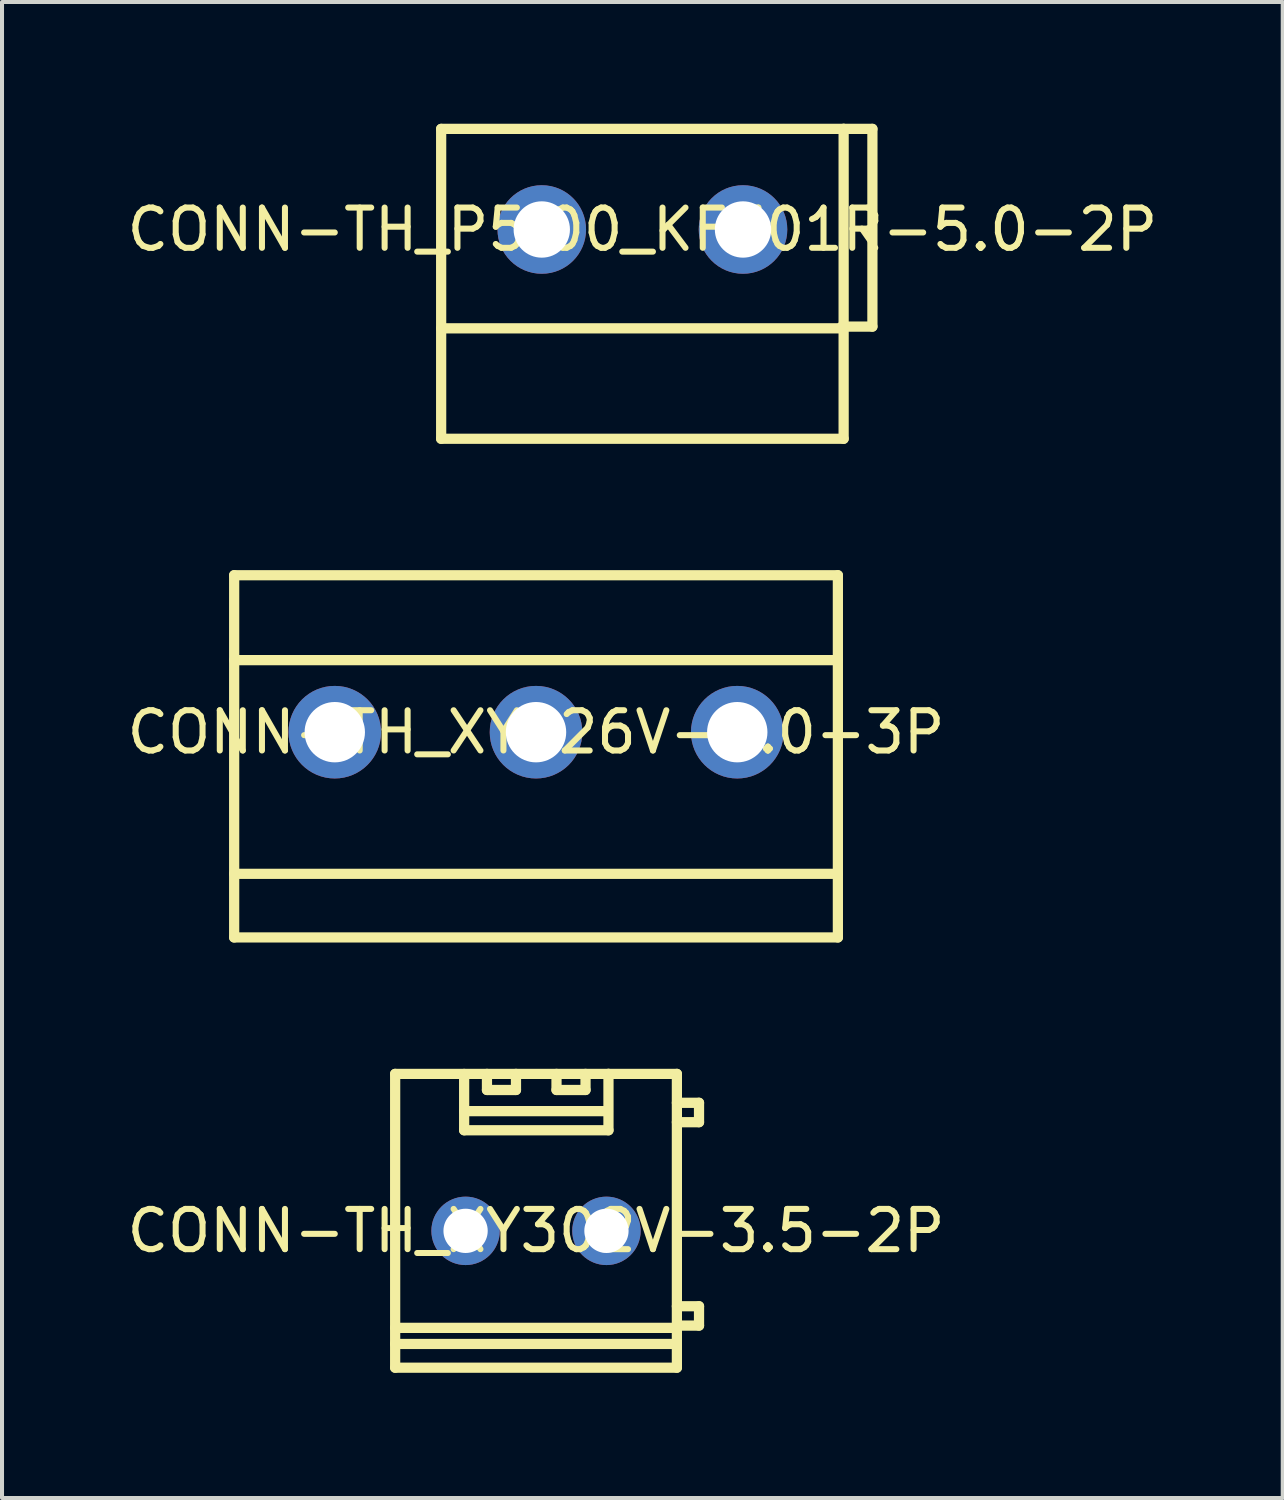
<source format=kicad_pcb>
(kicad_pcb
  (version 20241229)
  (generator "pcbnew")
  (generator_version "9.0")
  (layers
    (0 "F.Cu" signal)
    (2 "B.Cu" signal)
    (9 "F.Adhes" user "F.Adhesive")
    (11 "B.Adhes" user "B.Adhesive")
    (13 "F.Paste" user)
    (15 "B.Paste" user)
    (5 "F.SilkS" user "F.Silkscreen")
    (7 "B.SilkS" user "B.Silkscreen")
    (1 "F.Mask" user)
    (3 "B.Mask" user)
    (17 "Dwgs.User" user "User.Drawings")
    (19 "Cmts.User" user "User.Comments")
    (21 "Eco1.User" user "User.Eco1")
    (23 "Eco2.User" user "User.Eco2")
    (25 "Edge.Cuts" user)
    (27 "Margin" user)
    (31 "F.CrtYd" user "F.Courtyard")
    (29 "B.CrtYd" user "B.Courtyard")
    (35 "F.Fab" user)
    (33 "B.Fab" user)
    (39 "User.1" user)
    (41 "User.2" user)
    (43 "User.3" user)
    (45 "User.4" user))
  (footprint "CONN-TH_XY302V-3.5-2P"
    (layer "F.Cu")
    (at 10.268 27.532)
    (property "Reference" "CONN-TH_XY302V-3.5-2P" (at 0 0 0) (layer "F.SilkS") (effects (font (size 1 1) (thickness 0.15))))
    (fp_line (start -3.5 -3.9) (end -3.5 3.4) (stroke (width 0.254) (type default)) (layer "F.SilkS"))
    (fp_line (start -3.5 -3.9) (end 3.5 -3.9) (stroke (width 0.254) (type default)) (layer "F.SilkS"))
    (fp_line (start -3.5 2.41) (end 3.5 2.41) (stroke (width 0.254) (type default)) (layer "F.SilkS"))
    (fp_line (start -3.5 2.81) (end 3.5 2.81) (stroke (width 0.254) (type default)) (layer "F.SilkS"))
    (fp_line (start -3.5 3.4) (end 3.5 3.4) (stroke (width 0.254) (type default)) (layer "F.SilkS"))
    (fp_line (start -1.786 -2.975) (end 1.787 -2.975) (stroke (width 0.254) (type default)) (layer "F.SilkS"))
    (fp_line (start -1.786 -3.899) (end -1.786 -2.499) (stroke (width 0.254) (type default)) (layer "F.SilkS"))
    (fp_line (start -1.786 -2.499) (end 1.8 -2.499) (stroke (width 0.254) (type default)) (layer "F.SilkS"))
    (fp_line (start -1.219 -3.9) (end -1.219 -3.5) (stroke (width 0.254) (type default)) (layer "F.SilkS"))
    (fp_line (start -1.219 -3.5) (end -0.498 -3.5) (stroke (width 0.254) (type default)) (layer "F.SilkS"))
    (fp_line (start -0.498 -3.5) (end -0.498 -3.9) (stroke (width 0.254) (type default)) (layer "F.SilkS"))
    (fp_line (start 0.509 -3.9) (end 0.509 -3.5) (stroke (width 0.254) (type default)) (layer "F.SilkS"))
    (fp_line (start 0.509 -3.5) (end 1.23 -3.5) (stroke (width 0.254) (type default)) (layer "F.SilkS"))
    (fp_line (start 1.23 -3.5) (end 1.23 -3.9) (stroke (width 0.254) (type default)) (layer "F.SilkS"))
    (fp_line (start 1.8 -3.899) (end 1.8 -3.9) (stroke (width 0.254) (type default)) (layer "F.SilkS"))
    (fp_line (start 1.8 -2.499) (end 1.8 -3.899) (stroke (width 0.254) (type default)) (layer "F.SilkS"))
    (fp_line (start 3.5 -3.9) (end 3.5 3.4) (stroke (width 0.254) (type default)) (layer "F.SilkS"))
    (fp_line (start 3.5 -3.182) (end 4.05 -3.182) (stroke (width 0.254) (type default)) (layer "F.SilkS"))
    (fp_line (start 3.5 1.873) (end 4.05 1.873) (stroke (width 0.254) (type default)) (layer "F.SilkS"))
    (fp_line (start 4.05 -3.182) (end 4.05 -2.7) (stroke (width 0.254) (type default)) (layer "F.SilkS"))
    (fp_line (start 4.05 -2.7) (end 3.5 -2.7) (stroke (width 0.254) (type default)) (layer "F.SilkS"))
    (fp_line (start 4.05 1.873) (end 4.05 2.354) (stroke (width 0.254) (type default)) (layer "F.SilkS"))
    (fp_line (start 4.05 2.354) (end 3.5 2.354) (stroke (width 0.254) (type default)) (layer "F.SilkS"))
    (fp_poly (pts (xy -1.3 0) (xy -1.318 -0.127) (xy -1.371 -0.243) (xy -1.455 -0.34) (xy -1.563 -0.409) (xy -1.686 -0.445) (xy -1.814 -0.445) (xy -1.937 -0.409) (xy -2.045 -0.34) (xy -2.129 -0.243) (xy -2.182 -0.127) (xy -2.2 0) (xy -2.182 0.127) (xy -2.129 0.243) (xy -2.045 0.34) (xy -1.937 0.409) (xy -1.814 0.445) (xy -1.686 0.445) (xy -1.563 0.409) (xy -1.455 0.34) (xy -1.371 0.243) (xy -1.318 0.127)) (stroke (width 0.1) (type default)) (fill no) (layer "User.1"))
    (fp_poly (pts (xy 2.2 0) (xy 2.182 -0.127) (xy 2.129 -0.243) (xy 2.045 -0.34) (xy 1.937 -0.409) (xy 1.814 -0.445) (xy 1.686 -0.445) (xy 1.563 -0.409) (xy 1.455 -0.34) (xy 1.371 -0.243) (xy 1.318 -0.127) (xy 1.3 0) (xy 1.318 0.127) (xy 1.371 0.243) (xy 1.455 0.34) (xy 1.563 0.409) (xy 1.686 0.445) (xy 1.814 0.445) (xy 1.937 0.409) (xy 2.045 0.34) (xy 2.129 0.243) (xy 2.182 0.127)) (stroke (width 0.1) (type default)) (fill no) (layer "User.1"))
    (fp_line (start -3.627 -4.027) (end 4.177 -4.027) (stroke (width 0.051) (type default)) (layer "User.2"))
    (fp_line (start -3.627 3.527) (end -3.627 -4.027) (stroke (width 0.051) (type default)) (layer "User.2"))
    (fp_line (start 4.177 -4.027) (end 4.177 3.527) (stroke (width 0.051) (type default)) (layer "User.2"))
    (fp_line (start 4.177 3.527) (end -3.627 3.527) (stroke (width 0.051) (type default)) (layer "User.2"))
    (fp_poly (pts (xy -3.567 3.527) (xy -3.585 3.485) (xy -3.627 3.467) (xy -3.669 3.485) (xy -3.687 3.527) (xy -3.669 3.569) (xy -3.627 3.587) (xy -3.585 3.569)) (stroke (width 0.1) (type default)) (fill no) (layer "User.3"))
    (pad "1" thru_hole circle (at -1.75 0) (size 1.7 1.7) (drill 1.1) (layers "*.Cu" "*.Mask"))
    (pad "2" thru_hole circle (at 1.75 0) (size 1.7 1.7) (drill 1.1) (layers "*.Cu" "*.Mask")))
  (footprint "CONN-TH_P5.00_KF301R-5.0-2P"
    (layer "F.Cu")
    (at 12.911 2.652)
    (property "Reference" "CONN-TH_P5.00_KF301R-5.0-2P" (at 0 0 0) (layer "F.SilkS") (effects (font (size 1 1) (thickness 0.15))))
    (fp_line (start -5 -2.5) (end -5 5.2) (stroke (width 0.254) (type default)) (layer "F.SilkS"))
    (fp_line (start -5 -2.5) (end 5 -2.5) (stroke (width 0.254) (type default)) (layer "F.SilkS"))
    (fp_line (start -5 2.456) (end 5 2.456) (stroke (width 0.254) (type default)) (layer "F.SilkS"))
    (fp_line (start -5 5.2) (end 5 5.2) (stroke (width 0.254) (type default)) (layer "F.SilkS"))
    (fp_line (start 5 -2.5) (end 5 5.2) (stroke (width 0.254) (type default)) (layer "F.SilkS"))
    (fp_line (start 5 -2.5) (end 5.715 -2.5) (stroke (width 0.254) (type default)) (layer "F.SilkS"))
    (fp_line (start 5.715 -2.5) (end 5.715 2.413) (stroke (width 0.254) (type default)) (layer "F.SilkS"))
    (fp_line (start 5.715 2.413) (end 4.953 2.413) (stroke (width 0.254) (type default)) (layer "F.SilkS"))
    (fp_poly (pts (xy -1.9 0) (xy -1.92 -0.155) (xy -1.98 -0.3) (xy -2.076 -0.424) (xy -2.2 -0.52) (xy -2.345 -0.58) (xy -2.5 -0.6) (xy -2.655 -0.58) (xy -2.8 -0.52) (xy -2.924 -0.424) (xy -3.02 -0.3) (xy -3.08 -0.155) (xy -3.1 0) (xy -3.08 0.155) (xy -3.02 0.3) (xy -2.924 0.424) (xy -2.8 0.52) (xy -2.655 0.58) (xy -2.5 0.6) (xy -2.345 0.58) (xy -2.2 0.52) (xy -2.076 0.424) (xy -1.98 0.3) (xy -1.92 0.155)) (stroke (width 0.1) (type default)) (fill no) (layer "User.1"))
    (fp_poly (pts (xy 3.1 0) (xy 3.08 -0.155) (xy 3.02 -0.3) (xy 2.924 -0.424) (xy 2.8 -0.52) (xy 2.655 -0.58) (xy 2.5 -0.6) (xy 2.345 -0.58) (xy 2.2 -0.52) (xy 2.076 -0.424) (xy 1.98 -0.3) (xy 1.92 -0.155) (xy 1.9 0) (xy 1.92 0.155) (xy 1.98 0.3) (xy 2.076 0.424) (xy 2.2 0.52) (xy 2.345 0.58) (xy 2.5 0.6) (xy 2.655 0.58) (xy 2.8 0.52) (xy 2.924 0.424) (xy 3.02 0.3) (xy 3.08 0.155)) (stroke (width 0.1) (type default)) (fill no) (layer "User.1"))
    (fp_line (start -5.127 -2.627) (end 5.842 -2.627) (stroke (width 0.051) (type default)) (layer "User.2"))
    (fp_line (start -5.127 5.327) (end -5.127 -2.627) (stroke (width 0.051) (type default)) (layer "User.2"))
    (fp_line (start 5.842 -2.627) (end 5.842 5.327) (stroke (width 0.051) (type default)) (layer "User.2"))
    (fp_line (start 5.842 5.327) (end -5.127 5.327) (stroke (width 0.051) (type default)) (layer "User.2"))
    (fp_poly (pts (xy -5.067 5.327) (xy -5.085 5.285) (xy -5.127 5.267) (xy -5.169 5.285) (xy -5.187 5.327) (xy -5.169 5.369) (xy -5.127 5.387) (xy -5.085 5.369)) (stroke (width 0.1) (type default)) (fill no) (layer "User.3"))
    (pad "1" thru_hole circle (at -2.5 0) (size 2.2 2.2) (drill 1.4) (layers "*.Cu" "*.Mask"))
    (pad "2" thru_hole circle (at 2.5 0) (size 2.2 2.2) (drill 1.4) (layers "*.Cu" "*.Mask")))
  (footprint "CONN-TH_XY126V-5.0-3P"
    (layer "F.Cu")
    (at 10.268 15.142)
    (property "Reference" "CONN-TH_XY126V-5.0-3P" (at 0 0 0) (layer "F.SilkS") (effects (font (size 1 1) (thickness 0.15))))
    (fp_line (start -7.5 -3.9) (end -7.5 5.1) (stroke (width 0.254) (type default)) (layer "F.SilkS"))
    (fp_line (start -7.5 -3.9) (end 7.5 -3.9) (stroke (width 0.254) (type default)) (layer "F.SilkS"))
    (fp_line (start -7.5 -1.79) (end 7.5 -1.79) (stroke (width 0.254) (type default)) (layer "F.SilkS"))
    (fp_line (start -7.5 3.519) (end 7.5 3.519) (stroke (width 0.254) (type default)) (layer "F.SilkS"))
    (fp_line (start -7.5 5.1) (end 7.5 5.1) (stroke (width 0.254) (type default)) (layer "F.SilkS"))
    (fp_line (start 7.5 -3.9) (end 7.5 5.1) (stroke (width 0.254) (type default)) (layer "F.SilkS"))
    (fp_poly (pts (xy -4.35 0) (xy -4.369 -0.156) (xy -4.424 -0.302) (xy -4.513 -0.431) (xy -4.631 -0.535) (xy -4.77 -0.608) (xy -4.922 -0.645) (xy -5.078 -0.645) (xy -5.23 -0.608) (xy -5.369 -0.535) (xy -5.487 -0.431) (xy -5.576 -0.302) (xy -5.631 -0.156) (xy -5.65 0) (xy -5.631 0.156) (xy -5.576 0.302) (xy -5.487 0.431) (xy -5.369 0.535) (xy -5.23 0.608) (xy -5.078 0.645) (xy -4.922 0.645) (xy -4.77 0.608) (xy -4.631 0.535) (xy -4.513 0.431) (xy -4.424 0.302) (xy -4.369 0.156)) (stroke (width 0.1) (type default)) (fill no) (layer "User.1"))
    (fp_poly (pts (xy 0.65 0) (xy 0.631 -0.156) (xy 0.576 -0.302) (xy 0.487 -0.431) (xy 0.369 -0.535) (xy 0.23 -0.608) (xy 0.078 -0.645) (xy -0.078 -0.645) (xy -0.23 -0.608) (xy -0.369 -0.535) (xy -0.487 -0.431) (xy -0.576 -0.302) (xy -0.631 -0.156) (xy -0.65 0) (xy -0.631 0.156) (xy -0.576 0.302) (xy -0.487 0.431) (xy -0.369 0.535) (xy -0.23 0.608) (xy -0.078 0.645) (xy 0.078 0.645) (xy 0.23 0.608) (xy 0.369 0.535) (xy 0.487 0.431) (xy 0.576 0.302) (xy 0.631 0.156)) (stroke (width 0.1) (type default)) (fill no) (layer "User.1"))
    (fp_poly (pts (xy 5.65 0) (xy 5.631 -0.156) (xy 5.576 -0.302) (xy 5.487 -0.431) (xy 5.369 -0.535) (xy 5.23 -0.608) (xy 5.078 -0.645) (xy 4.922 -0.645) (xy 4.77 -0.608) (xy 4.631 -0.535) (xy 4.513 -0.431) (xy 4.424 -0.302) (xy 4.369 -0.156) (xy 4.35 0) (xy 4.369 0.156) (xy 4.424 0.302) (xy 4.513 0.431) (xy 4.631 0.535) (xy 4.77 0.608) (xy 4.922 0.645) (xy 5.078 0.645) (xy 5.23 0.608) (xy 5.369 0.535) (xy 5.487 0.431) (xy 5.576 0.302) (xy 5.631 0.156)) (stroke (width 0.1) (type default)) (fill no) (layer "User.1"))
    (fp_line (start -7.627 -4.027) (end 7.627 -4.027) (stroke (width 0.051) (type default)) (layer "User.2"))
    (fp_line (start -7.627 5.227) (end -7.627 -4.027) (stroke (width 0.051) (type default)) (layer "User.2"))
    (fp_line (start 7.627 -4.027) (end 7.627 5.227) (stroke (width 0.051) (type default)) (layer "User.2"))
    (fp_line (start 7.627 5.227) (end -7.627 5.227) (stroke (width 0.051) (type default)) (layer "User.2"))
    (fp_poly (pts (xy -7.567 5.227) (xy -7.585 5.185) (xy -7.627 5.167) (xy -7.669 5.185) (xy -7.687 5.227) (xy -7.669 5.269) (xy -7.627 5.287) (xy -7.585 5.269)) (stroke (width 0.1) (type default)) (fill no) (layer "User.3"))
    (pad "1" thru_hole circle (at -5 0) (size 2.3 2.3) (drill 1.5) (layers "*.Cu" "*.Mask"))
    (pad "2" thru_hole circle (at 0 0) (size 2.3 2.3) (drill 1.5) (layers "*.Cu" "*.Mask"))
    (pad "3" thru_hole circle (at 5 0) (size 2.3 2.3) (drill 1.5) (layers "*.Cu" "*.Mask")))
  (gr_rect
    (start -3 -3)
    (end 28.821 34.169)
    (stroke (width 0.1) (type default))
    (fill no)
    (layer "Edge.Cuts")))
</source>
